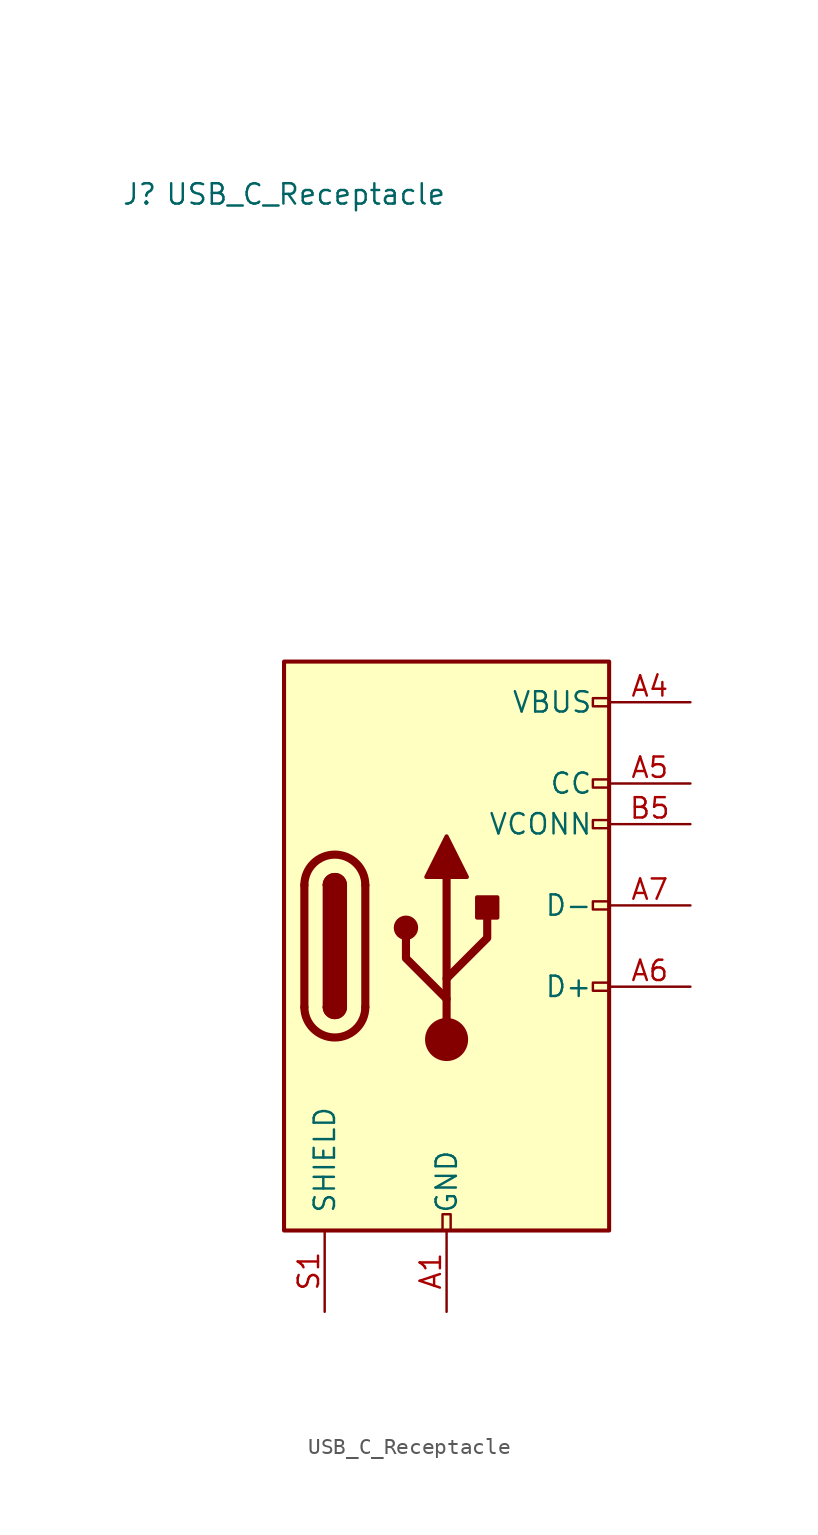
<source format=kicad_sym>
(kicad_symbol_lib
  (version 20211014)
  (generator kicad_symbol_editor)
  (symbol "USB_C_Receptacle"
    (pin_names
      (offset 1.016))
    (property "Reference" "J"
      (at -10.16 29.21 0)
      (effects (font (size 1.27 1.27)) (justify left)))
    (property "Value" "USB_C_Receptacle"
      (at 10.16 29.21 0)
      (effects (font (size 1.27 1.27)) (justify right)))
    (symbol "USB_C_Receptacle_0_0"
      (rectangle (start 9.906 -35.56) (end 10.414 -34.544) (stroke (width 0) (type default) (color 0 0 0 0)) (fill (type none)))
      (rectangle (start 20.32 -20.066) (end 19.304 -20.574) (stroke (width 0) (type default) (color 0 0 0 0)) (fill (type none)))
      (rectangle (start 20.32 -14.986) (end 19.304 -15.494) (stroke (width 0) (type default) (color 0 0 0 0)) (fill (type none)))
      (rectangle (start 20.32 -9.906) (end 19.304 -10.414) (stroke (width 0) (type default) (color 0 0 0 0)) (fill (type none)))
      (rectangle (start 20.32 -7.366) (end 19.304 -7.874) (stroke (width 0) (type default) (color 0 0 0 0)) (fill (type none)))
      (rectangle (start 20.32 -2.286) (end 19.304 -2.794) (stroke (width 0) (type default) (color 0 0 0 0)) (fill (type none))))
    (symbol "USB_C_Receptacle_0_1"
      (polyline (pts (xy 1.27 -21.59) (xy 1.27 -13.97)) (stroke (width 0.508) (type default) (color 0 0 0 0)) (fill (type none)))
      (polyline (pts (xy 5.08 -13.97) (xy 5.08 -21.59)) (stroke (width 0.508) (type default) (color 0 0 0 0)) (fill (type none)))
      (polyline (pts (xy 10.16 -23.622) (xy 10.16 -13.462)) (stroke (width 0.508) (type default) (color 0 0 0 0)) (fill (type none)))
      (polyline (pts (xy 10.16 -21.082) (xy 7.62 -18.542) (xy 7.62 -17.272)) (stroke (width 0.508) (type default) (color 0 0 0 0)) (fill (type none)))
      (polyline (pts (xy 10.16 -19.812) (xy 12.7 -17.272) (xy 12.7 -16.002)) (stroke (width 0.508) (type default) (color 0 0 0 0)) (fill (type none)))
      (polyline (pts (xy 8.89 -13.462) (xy 10.16 -10.922) (xy 11.43 -13.462) (xy 8.89 -13.462)) (stroke (width 0.254) (type default) (color 0 0 0 0)) (fill (type outline)))
      (rectangle (start 0 0) (end 20.32 -35.56) (stroke (width 0.254) (type default) (color 0 0 0 0)) (fill (type background)))
      (arc (start 1.27 -21.59) (mid 3.175 -23.495) (end 5.08 -21.59) (stroke (width 0.508) (type default) (color 0 0 0 0)) (fill (type none)))
      (arc (start 2.54 -21.59) (mid 3.175 -22.225) (end 3.81 -21.59) (stroke (width 0.254) (type default) (color 0 0 0 0)) (fill (type none)))
      (arc (start 2.54 -21.59) (mid 3.175 -22.225) (end 3.81 -21.59) (stroke (width 0.254) (type default) (color 0 0 0 0)) (fill (type outline)))
      (rectangle (start 2.54 -21.59) (end 3.81 -13.97) (stroke (width 0.254) (type default) (color 0 0 0 0)) (fill (type outline)))
      (arc (start 3.81 -13.97) (mid 3.175 -13.335) (end 2.54 -13.97) (stroke (width 0.254) (type default) (color 0 0 0 0)) (fill (type none)))
      (arc (start 3.81 -13.97) (mid 3.175 -13.335) (end 2.54 -13.97) (stroke (width 0.254) (type default) (color 0 0 0 0)) (fill (type outline)))
      (arc (start 5.08 -13.97) (mid 3.175 -12.065) (end 1.27 -13.97) (stroke (width 0.508) (type default) (color 0 0 0 0)) (fill (type none)))
      (circle (center 7.62 -16.637) (radius 0.635) (stroke (width 0.254) (type default) (color 0 0 0 0)) (fill (type outline)))
      (circle (center 10.16 -23.622) (radius 1.27) (stroke (width 0) (type default) (color 0 0 0 0)) (fill (type outline)))
      (rectangle (start 12.065 -16.002) (end 13.335 -14.732) (stroke (width 0.254) (type default) (color 0 0 0 0)) (fill (type outline))))
    (symbol "USB_C_Receptacle_1_1"
      (pin passive line (at 10.16 -40.64 90) (length 5.08) (name "GND" (effects (font (size 1.27 1.27)))) (number "A1" (effects (font (size 1.27 1.27)))))
      (pin passive line (at 10.16 -40.64 90) (length 5.08) hide (name "GND" (effects (font (size 1.27 1.27)))) (number "A12" (effects (font (size 1.27 1.27)))))
      (pin passive line (at 25.4 -2.54 180) (length 5.08) (name "VBUS" (effects (font (size 1.27 1.27)))) (number "A4" (effects (font (size 1.27 1.27)))))
      (pin bidirectional line (at 25.4 -7.62 180) (length 5.08) (name "CC" (effects (font (size 1.27 1.27)))) (number "A5" (effects (font (size 1.27 1.27)))))
      (pin bidirectional line (at 25.4 -20.32 180) (length 5.08) (name "D+" (effects (font (size 1.27 1.27)))) (number "A6" (effects (font (size 1.27 1.27)))))
      (pin bidirectional line (at 25.4 -15.24 180) (length 5.08) (name "D-" (effects (font (size 1.27 1.27)))) (number "A7" (effects (font (size 1.27 1.27)))))
      (pin passive line (at 25.4 -2.54 180) (length 5.08) hide (name "VBUS" (effects (font (size 1.27 1.27)))) (number "A9" (effects (font (size 1.27 1.27)))))
      (pin passive line (at 10.16 -40.64 90) (length 5.08) hide (name "GND" (effects (font (size 1.27 1.27)))) (number "B1" (effects (font (size 1.27 1.27)))))
      (pin passive line (at 10.16 -40.64 90) (length 5.08) hide (name "GND" (effects (font (size 1.27 1.27)))) (number "B12" (effects (font (size 1.27 1.27)))))
      (pin passive line (at 25.4 -2.54 180) (length 5.08) hide (name "VBUS" (effects (font (size 1.27 1.27)))) (number "B4" (effects (font (size 1.27 1.27)))))
      (pin bidirectional line (at 25.4 -10.16 180) (length 5.08) (name "VCONN" (effects (font (size 1.27 1.27)))) (number "B5" (effects (font (size 1.27 1.27)))))
      (pin passive line (at 25.4 -2.54 180) (length 5.08) hide (name "VBUS" (effects (font (size 1.27 1.27)))) (number "B9" (effects (font (size 1.27 1.27)))))
      (pin passive line (at 2.54 -40.64 90) (length 5.08) (name "SHIELD" (effects (font (size 1.27 1.27)))) (number "S1" (effects (font (size 1.27 1.27))))))))
</source>
